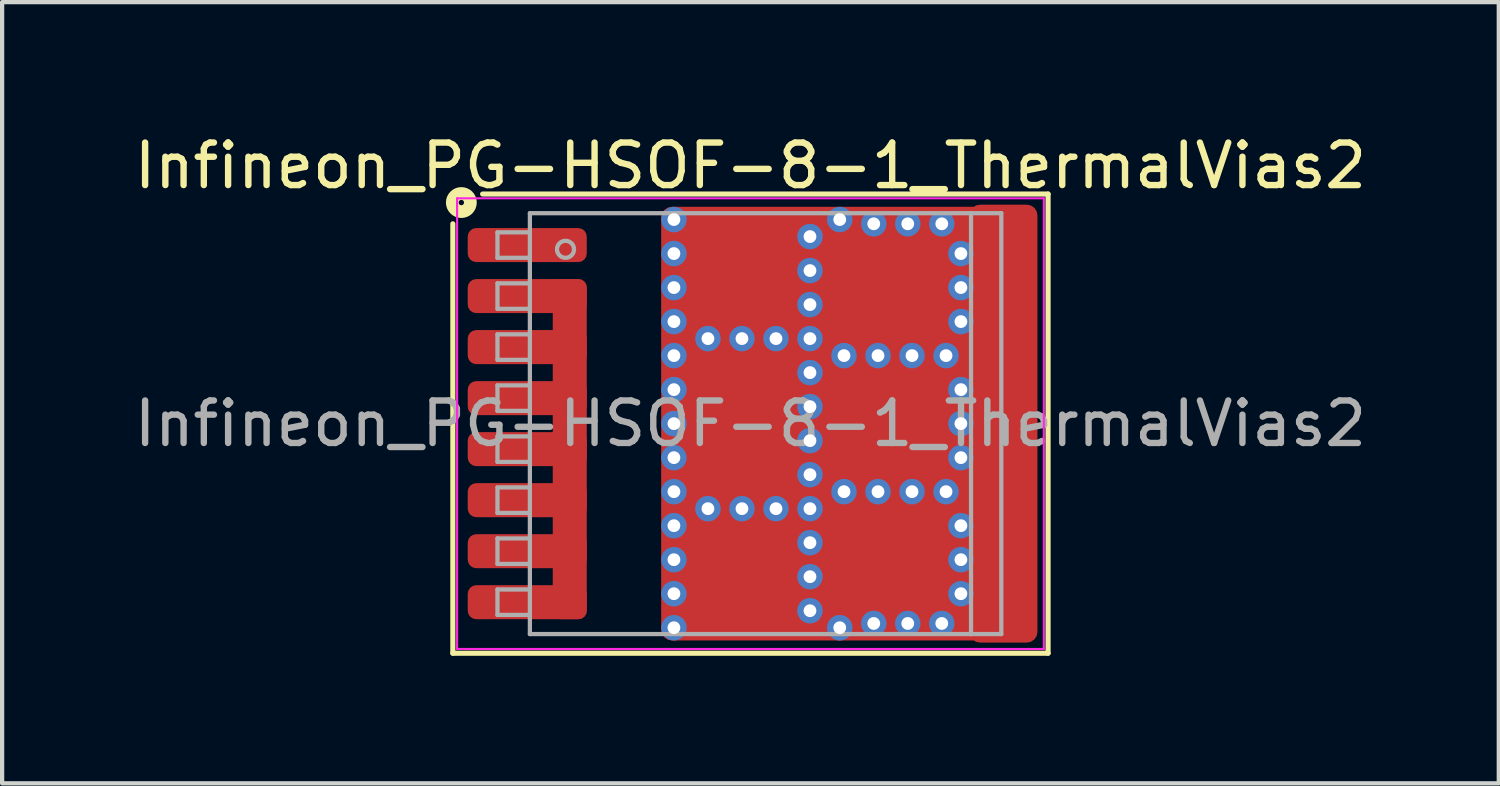
<source format=kicad_pcb>
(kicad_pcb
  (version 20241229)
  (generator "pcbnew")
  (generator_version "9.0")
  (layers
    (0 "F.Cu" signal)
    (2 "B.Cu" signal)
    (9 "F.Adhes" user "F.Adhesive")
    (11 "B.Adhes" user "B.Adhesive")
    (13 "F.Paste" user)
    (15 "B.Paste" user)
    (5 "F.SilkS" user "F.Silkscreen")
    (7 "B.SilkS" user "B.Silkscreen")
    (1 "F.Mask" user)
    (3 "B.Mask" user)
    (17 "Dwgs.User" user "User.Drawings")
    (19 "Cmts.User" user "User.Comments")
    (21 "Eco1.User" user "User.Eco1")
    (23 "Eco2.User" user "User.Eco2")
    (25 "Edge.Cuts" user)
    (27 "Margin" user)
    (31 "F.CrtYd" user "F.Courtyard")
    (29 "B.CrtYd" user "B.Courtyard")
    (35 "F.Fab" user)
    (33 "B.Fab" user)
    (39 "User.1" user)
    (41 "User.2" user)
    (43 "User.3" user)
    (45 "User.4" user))
  (footprint "Infineon_PG-HSOF-8-1_ThermalVias2"
    (layer "F.Cu")
    (at 14.601 6.914)
    (property "Reference" "Infineon_PG-HSOF-8-1_ThermalVias2" (at 0 -6.066 0) (layer "F.SilkS") (effects (font (size 1 1) (thickness 0.15))))
    (attr smd)
    (fp_line (start -7 -4.7) (end -7 5.4) (stroke (width 0.12) (type solid)) (layer "F.SilkS"))
    (fp_line (start -7 5.4) (end 7 5.4) (stroke (width 0.12) (type solid)) (layer "F.SilkS"))
    (fp_line (start 7 -5.4) (end -6.3 -5.4) (stroke (width 0.12) (type solid)) (layer "F.SilkS"))
    (fp_line (start 7 5.4) (end 7 -5.4) (stroke (width 0.12) (type solid)) (layer "F.SilkS"))
    (fp_circle (center -6.8 -5.2) (end -6.737 -5.2) (stroke (width 0.3) (type solid)) (fill no) (layer "F.SilkS"))
    (fp_line (start -6.9 5.3) (end -6.9 -5.3) (stroke (width 0.05) (type solid)) (layer "F.CrtYd"))
    (fp_line (start -6.9 5.3) (end 6.9 5.3) (stroke (width 0.05) (type solid)) (layer "F.CrtYd"))
    (fp_line (start 6.9 -5.3) (end -6.9 -5.3) (stroke (width 0.05) (type solid)) (layer "F.CrtYd"))
    (fp_line (start 6.9 -5.3) (end 6.9 5.3) (stroke (width 0.05) (type solid)) (layer "F.CrtYd"))
    (fp_line (start -5.95 -4.5) (end -5.95 -3.9) (stroke (width 0.1) (type solid)) (layer "F.Fab"))
    (fp_line (start -5.95 -4.5) (end -5.2 -4.5) (stroke (width 0.1) (type solid)) (layer "F.Fab"))
    (fp_line (start -5.95 -3.9) (end -5.2 -3.9) (stroke (width 0.1) (type solid)) (layer "F.Fab"))
    (fp_line (start -5.95 -3.3) (end -5.95 -2.7) (stroke (width 0.1) (type solid)) (layer "F.Fab"))
    (fp_line (start -5.95 -3.3) (end -5.2 -3.3) (stroke (width 0.1) (type solid)) (layer "F.Fab"))
    (fp_line (start -5.95 -2.7) (end -5.2 -2.7) (stroke (width 0.1) (type solid)) (layer "F.Fab"))
    (fp_line (start -5.95 -2.1) (end -5.95 -1.5) (stroke (width 0.1) (type solid)) (layer "F.Fab"))
    (fp_line (start -5.95 -2.1) (end -5.2 -2.1) (stroke (width 0.1) (type solid)) (layer "F.Fab"))
    (fp_line (start -5.95 -1.5) (end -5.2 -1.5) (stroke (width 0.1) (type solid)) (layer "F.Fab"))
    (fp_line (start -5.95 -0.9) (end -5.95 -0.3) (stroke (width 0.1) (type solid)) (layer "F.Fab"))
    (fp_line (start -5.95 -0.9) (end -5.2 -0.9) (stroke (width 0.1) (type solid)) (layer "F.Fab"))
    (fp_line (start -5.95 -0.3) (end -5.2 -0.3) (stroke (width 0.1) (type solid)) (layer "F.Fab"))
    (fp_line (start -5.95 0.3) (end -5.95 0.9) (stroke (width 0.1) (type solid)) (layer "F.Fab"))
    (fp_line (start -5.95 0.3) (end -5.2 0.3) (stroke (width 0.1) (type solid)) (layer "F.Fab"))
    (fp_line (start -5.95 0.9) (end -5.2 0.9) (stroke (width 0.1) (type solid)) (layer "F.Fab"))
    (fp_line (start -5.95 1.5) (end -5.95 2.1) (stroke (width 0.1) (type solid)) (layer "F.Fab"))
    (fp_line (start -5.95 1.5) (end -5.2 1.5) (stroke (width 0.1) (type solid)) (layer "F.Fab"))
    (fp_line (start -5.95 2.1) (end -5.2 2.1) (stroke (width 0.1) (type solid)) (layer "F.Fab"))
    (fp_line (start -5.95 2.7) (end -5.95 3.3) (stroke (width 0.1) (type solid)) (layer "F.Fab"))
    (fp_line (start -5.95 2.7) (end -5.2 2.7) (stroke (width 0.1) (type solid)) (layer "F.Fab"))
    (fp_line (start -5.95 3.3) (end -5.2 3.3) (stroke (width 0.1) (type solid)) (layer "F.Fab"))
    (fp_line (start -5.95 3.9) (end -5.95 4.5) (stroke (width 0.1) (type solid)) (layer "F.Fab"))
    (fp_line (start -5.95 3.9) (end -5.2 3.9) (stroke (width 0.1) (type solid)) (layer "F.Fab"))
    (fp_line (start -5.95 4.5) (end -5.2 4.5) (stroke (width 0.1) (type solid)) (layer "F.Fab"))
    (fp_line (start -5.188 -4.95) (end 5.188 -4.95) (stroke (width 0.1) (type solid)) (layer "F.Fab"))
    (fp_line (start -5.188 4.95) (end -5.188 -4.95) (stroke (width 0.1) (type solid)) (layer "F.Fab"))
    (fp_line (start 5.188 -4.95) (end 5.188 4.95) (stroke (width 0.1) (type solid)) (layer "F.Fab"))
    (fp_line (start 5.188 -4.95) (end 5.9 -4.95) (stroke (width 0.1) (type solid)) (layer "F.Fab"))
    (fp_line (start 5.188 4.95) (end -5.188 4.95) (stroke (width 0.1) (type solid)) (layer "F.Fab"))
    (fp_line (start 5.9 -4.95) (end 5.9 4.95) (stroke (width 0.1) (type solid)) (layer "F.Fab"))
    (fp_line (start 5.9 4.95) (end 5.188 4.95) (stroke (width 0.1) (type solid)) (layer "F.Fab"))
    (fp_circle (center -4.35 -4.1) (end -4.15 -4.1) (stroke (width 0.1) (type solid)) (fill no) (layer "F.Fab"))
    (fp_text user "${REFERENCE}" (at 0 0 0) (layer "F.Fab") (effects (font (size 1 1) (thickness 0.15))))
    (pad "" smd roundrect (at -0.75 -4.2 90) (size 1 1) (layers "F.Paste") (roundrect_rratio 0.25))
    (pad "" smd roundrect (at -0.75 -2.95 90) (size 1 1) (layers "F.Paste") (roundrect_rratio 0.25))
    (pad "" smd roundrect (at -0.75 -1.1 90) (size 0.9 1) (layers "F.Paste") (roundrect_rratio 0.25))
    (pad "" smd roundrect (at -0.75 0 90) (size 0.9 1) (layers "F.Paste") (roundrect_rratio 0.25))
    (pad "" smd roundrect (at -0.75 1.1 90) (size 0.9 1) (layers "F.Paste") (roundrect_rratio 0.25))
    (pad "" smd roundrect (at -0.75 2.95 90) (size 1 1) (layers "F.Paste") (roundrect_rratio 0.25))
    (pad "" smd roundrect (at -0.75 4.2 90) (size 1 1) (layers "F.Paste") (roundrect_rratio 0.25))
    (pad "" smd roundrect (at -0.125 -3.575 90) (size 2.55 2.45) (layers "F.Mask") (roundrect_rratio 0.102))
    (pad "" smd roundrect (at -0.125 0 90) (size 3.4 2.45) (layers "F.Mask") (roundrect_rratio 0.102))
    (pad "" smd roundrect (at -0.125 3.575 90) (size 2.55 2.45) (layers "F.Mask") (roundrect_rratio 0.102))
    (pad "" smd roundrect (at 0.5 -4.2 90) (size 1 1) (layers "F.Paste") (roundrect_rratio 0.25))
    (pad "" smd roundrect (at 0.5 -2.95 90) (size 1 1) (layers "F.Paste") (roundrect_rratio 0.25))
    (pad "" smd roundrect (at 0.5 -1.1 90) (size 0.9 1) (layers "F.Paste") (roundrect_rratio 0.25))
    (pad "" smd roundrect (at 0.5 0 90) (size 0.9 1) (layers "F.Paste") (roundrect_rratio 0.25))
    (pad "" smd roundrect (at 0.5 1.1 90) (size 0.9 1) (layers "F.Paste") (roundrect_rratio 0.25))
    (pad "" smd roundrect (at 0.5 2.95 90) (size 1 1) (layers "F.Paste") (roundrect_rratio 0.25))
    (pad "" smd roundrect (at 0.5 4.2 90) (size 1 1) (layers "F.Paste") (roundrect_rratio 0.25))
    (pad "" smd roundrect (at 2.025 -4.225) (size 0.65 0.55) (layers "F.Mask") (roundrect_rratio 0.25))
    (pad "" smd roundrect (at 2.025 4.225) (size 0.65 0.55) (layers "F.Mask") (roundrect_rratio 0.25))
    (pad "" smd roundrect (at 2.5 -3.725 180) (size 1.1 0.95) (layers "F.Paste") (roundrect_rratio 0.25))
    (pad "" smd roundrect (at 2.5 -2.525 180) (size 1.1 0.95) (layers "F.Paste") (roundrect_rratio 0.25))
    (pad "" smd roundrect (at 2.5 -0.625 180) (size 1.1 0.95) (layers "F.Paste") (roundrect_rratio 0.25))
    (pad "" smd roundrect (at 2.5 0.625 180) (size 1.1 0.95) (layers "F.Paste") (roundrect_rratio 0.25))
    (pad "" smd roundrect (at 2.5 2.525 180) (size 1.1 0.95) (layers "F.Paste") (roundrect_rratio 0.25))
    (pad "" smd roundrect (at 2.5 3.725 180) (size 1.1 0.95) (layers "F.Paste") (roundrect_rratio 0.25))
    (pad "" smd roundrect (at 3.175 -3.125) (size 2.95 2.45) (layers "F.Mask") (roundrect_rratio 0.102))
    (pad "" smd roundrect (at 3.175 0) (size 2.95 2.6) (layers "F.Mask") (roundrect_rratio 0.096))
    (pad "" smd roundrect (at 3.175 3.125) (size 2.95 2.45) (layers "F.Mask") (roundrect_rratio 0.102))
    (pad "" smd roundrect (at 3.85 -3.725 180) (size 1.1 0.95) (layers "F.Paste") (roundrect_rratio 0.25))
    (pad "" smd roundrect (at 3.85 -2.525 180) (size 1.1 0.95) (layers "F.Paste") (roundrect_rratio 0.25))
    (pad "" smd roundrect (at 3.85 -0.625 180) (size 1.1 0.95) (layers "F.Paste") (roundrect_rratio 0.25))
    (pad "" smd roundrect (at 3.85 0.625 180) (size 1.1 0.95) (layers "F.Paste") (roundrect_rratio 0.25))
    (pad "" smd roundrect (at 3.85 2.525 180) (size 1.1 0.95) (layers "F.Paste") (roundrect_rratio 0.25))
    (pad "" smd roundrect (at 3.85 3.725 180) (size 1.1 0.95) (layers "F.Paste") (roundrect_rratio 0.25))
    (pad "" smd roundrect (at 5.9 -4.2 180) (size 1 0.9) (layers "F.Paste") (roundrect_rratio 0.25))
    (pad "" smd roundrect (at 5.9 -3 180) (size 1 0.9) (layers "F.Paste") (roundrect_rratio 0.25))
    (pad "" smd roundrect (at 5.9 -1.8 180) (size 1 0.9) (layers "F.Paste") (roundrect_rratio 0.25))
    (pad "" smd roundrect (at 5.9 -0.6 180) (size 1 0.9) (layers "F.Paste") (roundrect_rratio 0.25))
    (pad "" smd roundrect (at 5.9 0.6 180) (size 1 0.9) (layers "F.Paste") (roundrect_rratio 0.25))
    (pad "" smd roundrect (at 5.9 1.8 180) (size 1 0.9) (layers "F.Paste") (roundrect_rratio 0.25))
    (pad "" smd roundrect (at 5.9 3 180) (size 1 0.9) (layers "F.Paste") (roundrect_rratio 0.25))
    (pad "" smd roundrect (at 5.9 4.2 180) (size 1 0.9) (layers "F.Paste") (roundrect_rratio 0.25))
    (pad "" smd roundrect (at 5.95 0 90) (size 10.1 1.4) (layers "F.Mask") (roundrect_rratio 0.179))
    (pad "1" smd roundrect (at -5.25 -4.2) (size 2.8 0.8) (layers "F.Cu" "F.Mask" "F.Paste") (roundrect_rratio 0.25))
    (pad "2" smd roundrect (at -5.25 -3) (size 2.8 0.8) (layers "F.Cu" "F.Mask" "F.Paste") (roundrect_rratio 0.25))
    (pad "2" smd roundrect (at -5.25 -1.8) (size 2.8 0.8) (layers "F.Cu" "F.Mask" "F.Paste") (roundrect_rratio 0.25))
    (pad "2" smd roundrect (at -5.25 -0.6) (size 2.8 0.8) (layers "F.Cu" "F.Mask" "F.Paste") (roundrect_rratio 0.25))
    (pad "2" smd roundrect (at -5.25 0.6) (size 2.8 0.8) (layers "F.Cu" "F.Mask" "F.Paste") (roundrect_rratio 0.25))
    (pad "2" smd roundrect (at -5.25 1.8) (size 2.8 0.8) (layers "F.Cu" "F.Mask" "F.Paste") (roundrect_rratio 0.25))
    (pad "2" smd roundrect (at -5.25 3) (size 2.8 0.8) (layers "F.Cu" "F.Mask" "F.Paste") (roundrect_rratio 0.25))
    (pad "2" smd roundrect (at -5.25 4.2) (size 2.8 0.8) (layers "F.Cu" "F.Mask" "F.Paste") (roundrect_rratio 0.25))
    (pad "2" smd roundrect (at -4.25 0.6 90) (size 8 0.8) (layers "F.Cu" "F.Mask") (roundrect_rratio 0.25))
    (pad "3" thru_hole circle (at -1.8 -4.8) (size 0.6 0.6) (drill 0.3) (property pad_prop_heatsink) (layers "*.Cu" "*.Mask"))
    (pad "3" thru_hole circle (at -1.8 -4) (size 0.6 0.6) (drill 0.3) (property pad_prop_heatsink) (layers "*.Cu" "*.Mask"))
    (pad "3" thru_hole circle (at -1.8 -3.2) (size 0.6 0.6) (drill 0.3) (property pad_prop_heatsink) (layers "*.Cu" "*.Mask"))
    (pad "3" thru_hole circle (at -1.8 -2.4) (size 0.6 0.6) (drill 0.3) (property pad_prop_heatsink) (layers "*.Cu" "*.Mask"))
    (pad "3" thru_hole circle (at -1.8 -1.6) (size 0.6 0.6) (drill 0.3) (property pad_prop_heatsink) (layers "*.Cu" "*.Mask"))
    (pad "3" thru_hole circle (at -1.8 -0.8) (size 0.6 0.6) (drill 0.3) (property pad_prop_heatsink) (layers "*.Cu" "*.Mask"))
    (pad "3" thru_hole circle (at -1.8 0 180) (size 0.6 0.6) (drill 0.3) (property pad_prop_heatsink) (layers "*.Cu" "*.Mask"))
    (pad "3" thru_hole circle (at -1.8 0.8 180) (size 0.6 0.6) (drill 0.3) (property pad_prop_heatsink) (layers "*.Cu" "*.Mask"))
    (pad "3" thru_hole circle (at -1.8 1.6 180) (size 0.6 0.6) (drill 0.3) (property pad_prop_heatsink) (layers "*.Cu" "*.Mask"))
    (pad "3" thru_hole circle (at -1.8 2.4 180) (size 0.6 0.6) (drill 0.3) (property pad_prop_heatsink) (layers "*.Cu" "*.Mask"))
    (pad "3" thru_hole circle (at -1.8 3.2 180) (size 0.6 0.6) (drill 0.3) (property pad_prop_heatsink) (layers "*.Cu" "*.Mask"))
    (pad "3" thru_hole circle (at -1.8 4 180) (size 0.6 0.6) (drill 0.3) (property pad_prop_heatsink) (layers "*.Cu" "*.Mask"))
    (pad "3" thru_hole circle (at -1.8 4.8) (size 0.6 0.6) (drill 0.3) (property pad_prop_heatsink) (layers "*.Cu" "*.Mask"))
    (pad "3" thru_hole circle (at -1 -2) (size 0.6 0.6) (drill 0.3) (property pad_prop_heatsink) (layers "*.Cu" "*.Mask"))
    (pad "3" thru_hole circle (at -1 2 180) (size 0.6 0.6) (drill 0.3) (property pad_prop_heatsink) (layers "*.Cu" "*.Mask"))
    (pad "3" thru_hole circle (at -0.2 -2) (size 0.6 0.6) (drill 0.3) (property pad_prop_heatsink) (layers "*.Cu" "*.Mask"))
    (pad "3" thru_hole circle (at -0.2 2 180) (size 0.6 0.6) (drill 0.3) (property pad_prop_heatsink) (layers "*.Cu" "*.Mask"))
    (pad "3" thru_hole circle (at 0.6 -2) (size 0.6 0.6) (drill 0.3) (property pad_prop_heatsink) (layers "*.Cu" "*.Mask"))
    (pad "3" thru_hole circle (at 0.6 2 180) (size 0.6 0.6) (drill 0.3) (property pad_prop_heatsink) (layers "*.Cu" "*.Mask"))
    (pad "3" thru_hole circle (at 1.4 -4.4) (size 0.6 0.6) (drill 0.3) (property pad_prop_heatsink) (layers "*.Cu" "*.Mask"))
    (pad "3" thru_hole circle (at 1.4 -3.6) (size 0.6 0.6) (drill 0.3) (property pad_prop_heatsink) (layers "*.Cu" "*.Mask"))
    (pad "3" thru_hole circle (at 1.4 -2.8) (size 0.6 0.6) (drill 0.3) (property pad_prop_heatsink) (layers "*.Cu" "*.Mask"))
    (pad "3" thru_hole circle (at 1.4 -2) (size 0.6 0.6) (drill 0.3) (property pad_prop_heatsink) (layers "*.Cu" "*.Mask"))
    (pad "3" thru_hole circle (at 1.4 -1.2) (size 0.6 0.6) (drill 0.3) (property pad_prop_heatsink) (layers "*.Cu" "*.Mask"))
    (pad "3" thru_hole circle (at 1.4 -0.4) (size 0.6 0.6) (drill 0.3) (property pad_prop_heatsink) (layers "*.Cu" "*.Mask"))
    (pad "3" thru_hole circle (at 1.4 0.4 180) (size 0.6 0.6) (drill 0.3) (property pad_prop_heatsink) (layers "*.Cu" "*.Mask"))
    (pad "3" thru_hole circle (at 1.4 1.2 180) (size 0.6 0.6) (drill 0.3) (property pad_prop_heatsink) (layers "*.Cu" "*.Mask"))
    (pad "3" thru_hole circle (at 1.4 2 180) (size 0.6 0.6) (drill 0.3) (property pad_prop_heatsink) (layers "*.Cu" "*.Mask"))
    (pad "3" thru_hole circle (at 1.4 2.8 180) (size 0.6 0.6) (drill 0.3) (property pad_prop_heatsink) (layers "*.Cu" "*.Mask"))
    (pad "3" thru_hole circle (at 1.4 3.6 180) (size 0.6 0.6) (drill 0.3) (property pad_prop_heatsink) (layers "*.Cu" "*.Mask"))
    (pad "3" thru_hole circle (at 1.4 4.4 180) (size 0.6 0.6) (drill 0.3) (property pad_prop_heatsink) (layers "*.Cu" "*.Mask"))
    (pad "3" smd roundrect (at 1.7 0 90) (size 10.2 7.6) (layers "F.Cu") (roundrect_rratio 0.033))
    (pad "3" thru_hole circle (at 2.1 -4.8) (size 0.6 0.6) (drill 0.3) (property pad_prop_heatsink) (layers "*.Cu" "*.Mask"))
    (pad "3" thru_hole circle (at 2.1 4.8) (size 0.6 0.6) (drill 0.3) (property pad_prop_heatsink) (layers "*.Cu" "*.Mask"))
    (pad "3" thru_hole circle (at 2.2 -1.6) (size 0.6 0.6) (drill 0.3) (property pad_prop_heatsink) (layers "*.Cu" "*.Mask"))
    (pad "3" thru_hole circle (at 2.2 1.6 180) (size 0.6 0.6) (drill 0.3) (property pad_prop_heatsink) (layers "*.Cu" "*.Mask"))
    (pad "3" thru_hole circle (at 2.9 -4.7) (size 0.6 0.6) (drill 0.3) (property pad_prop_heatsink) (layers "*.Cu" "*.Mask"))
    (pad "3" thru_hole circle (at 2.9 4.7) (size 0.6 0.6) (drill 0.3) (property pad_prop_heatsink) (layers "*.Cu" "*.Mask"))
    (pad "3" thru_hole circle (at 3 -1.6) (size 0.6 0.6) (drill 0.3) (property pad_prop_heatsink) (layers "*.Cu" "*.Mask"))
    (pad "3" thru_hole circle (at 3 1.6 180) (size 0.6 0.6) (drill 0.3) (property pad_prop_heatsink) (layers "*.Cu" "*.Mask"))
    (pad "3" thru_hole circle (at 3.7 -4.7) (size 0.6 0.6) (drill 0.3) (property pad_prop_heatsink) (layers "*.Cu" "*.Mask"))
    (pad "3" thru_hole circle (at 3.7 4.7) (size 0.6 0.6) (drill 0.3) (property pad_prop_heatsink) (layers "*.Cu" "*.Mask"))
    (pad "3" thru_hole circle (at 3.8 -1.6) (size 0.6 0.6) (drill 0.3) (property pad_prop_heatsink) (layers "*.Cu" "*.Mask"))
    (pad "3" thru_hole circle (at 3.8 1.6 180) (size 0.6 0.6) (drill 0.3) (property pad_prop_heatsink) (layers "*.Cu" "*.Mask"))
    (pad "3" thru_hole circle (at 4.5 -4.7) (size 0.6 0.6) (drill 0.3) (property pad_prop_heatsink) (layers "*.Cu" "*.Mask"))
    (pad "3" thru_hole circle (at 4.5 4.7) (size 0.6 0.6) (drill 0.3) (property pad_prop_heatsink) (layers "*.Cu" "*.Mask"))
    (pad "3" thru_hole circle (at 4.6 -1.6) (size 0.6 0.6) (drill 0.3) (property pad_prop_heatsink) (layers "*.Cu" "*.Mask"))
    (pad "3" thru_hole circle (at 4.6 1.6 180) (size 0.6 0.6) (drill 0.3) (property pad_prop_heatsink) (layers "*.Cu" "*.Mask"))
    (pad "3" thru_hole circle (at 4.95 -4) (size 0.6 0.6) (drill 0.3) (property pad_prop_heatsink) (layers "*.Cu" "*.Mask"))
    (pad "3" thru_hole circle (at 4.95 -3.2) (size 0.6 0.6) (drill 0.3) (property pad_prop_heatsink) (layers "*.Cu" "*.Mask"))
    (pad "3" thru_hole circle (at 4.95 -2.4) (size 0.6 0.6) (drill 0.3) (property pad_prop_heatsink) (layers "*.Cu" "*.Mask"))
    (pad "3" thru_hole circle (at 4.95 -0.8) (size 0.6 0.6) (drill 0.3) (property pad_prop_heatsink) (layers "*.Cu" "*.Mask"))
    (pad "3" thru_hole circle (at 4.95 0) (size 0.6 0.6) (drill 0.3) (property pad_prop_heatsink) (layers "*.Cu" "*.Mask"))
    (pad "3" thru_hole circle (at 4.95 0.8) (size 0.6 0.6) (drill 0.3) (property pad_prop_heatsink) (layers "*.Cu" "*.Mask"))
    (pad "3" thru_hole circle (at 4.95 2.4) (size 0.6 0.6) (drill 0.3) (property pad_prop_heatsink) (layers "*.Cu" "*.Mask"))
    (pad "3" thru_hole circle (at 4.95 3.2) (size 0.6 0.6) (drill 0.3) (property pad_prop_heatsink) (layers "*.Cu" "*.Mask"))
    (pad "3" thru_hole circle (at 4.95 4) (size 0.6 0.6) (drill 0.3) (property pad_prop_heatsink) (layers "*.Cu" "*.Mask"))
    (pad "3" smd roundrect (at 5.95 0 90) (size 10.3 1.6) (layers "F.Cu") (roundrect_rratio 0.156)))
  (gr_rect
    (start -3 -3)
    (end 32.202 15.374)
    (stroke (width 0.1) (type default))
    (fill no)
    (layer "Edge.Cuts")))
</source>
